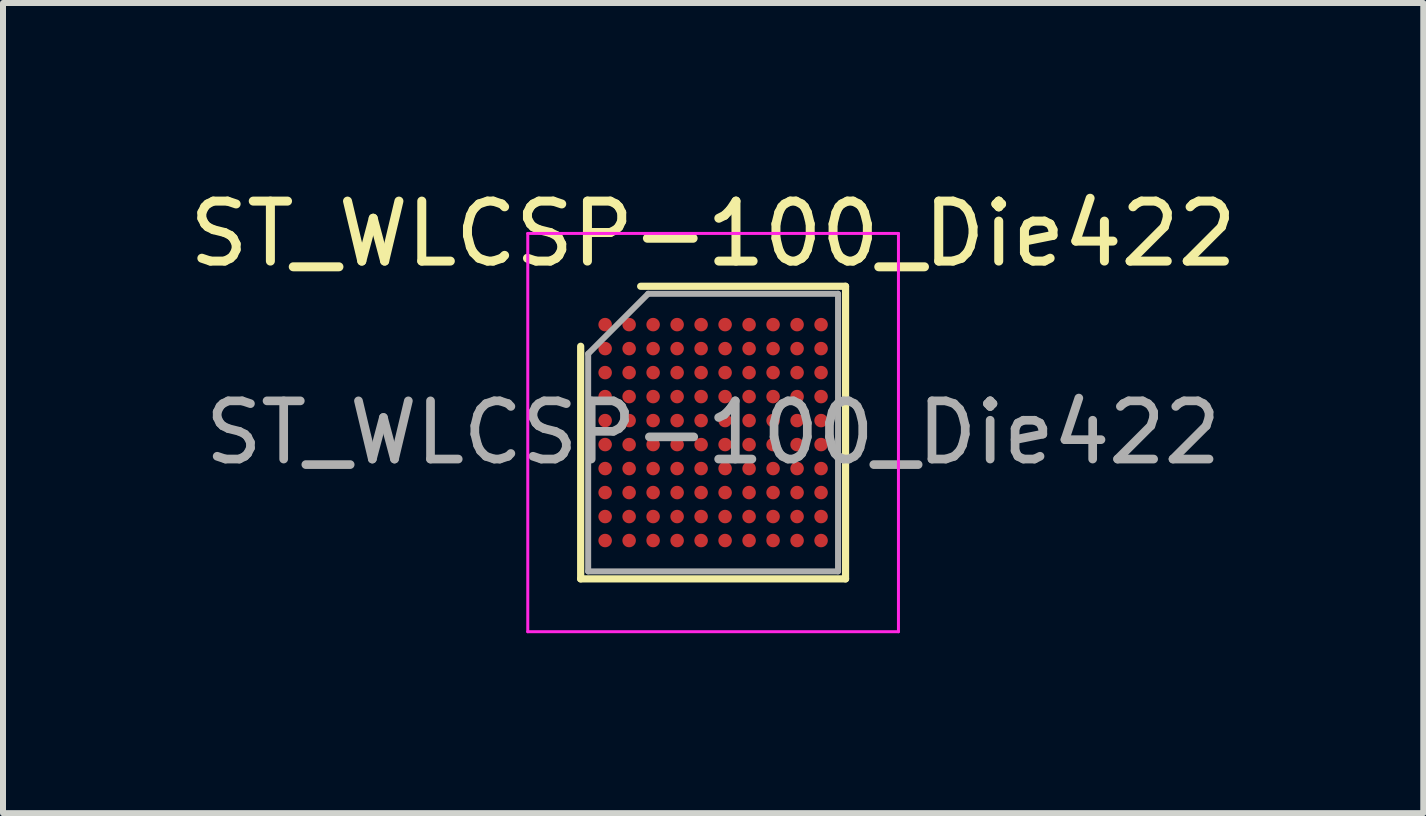
<source format=kicad_pcb>
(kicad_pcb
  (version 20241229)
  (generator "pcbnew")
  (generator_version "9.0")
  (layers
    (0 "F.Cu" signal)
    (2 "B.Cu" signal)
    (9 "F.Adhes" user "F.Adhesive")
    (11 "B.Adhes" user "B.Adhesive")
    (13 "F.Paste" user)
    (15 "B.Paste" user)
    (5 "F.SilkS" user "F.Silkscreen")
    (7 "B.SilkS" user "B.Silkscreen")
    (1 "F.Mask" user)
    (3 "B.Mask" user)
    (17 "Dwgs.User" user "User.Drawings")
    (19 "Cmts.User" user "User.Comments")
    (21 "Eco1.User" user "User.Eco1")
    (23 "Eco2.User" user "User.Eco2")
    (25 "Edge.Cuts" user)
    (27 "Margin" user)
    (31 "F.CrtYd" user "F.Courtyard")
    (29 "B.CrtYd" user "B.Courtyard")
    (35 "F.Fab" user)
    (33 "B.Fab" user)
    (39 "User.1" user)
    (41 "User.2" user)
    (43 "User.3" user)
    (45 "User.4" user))
  (footprint "ST_WLCSP-100_Die422"
    (layer "F.Cu")
    (at 8.839 4.162)
    (property "Reference" "ST_WLCSP-100_Die422" (at 0 -3.314 0) (layer "F.SilkS") (effects (font (size 1 1) (thickness 0.15))))
    (attr smd)
    (fp_line (start -2.208 2.439) (end -2.208 -1.439) (stroke (width 0.12) (type solid)) (layer "F.SilkS"))
    (fp_line (start -1.208 -2.439) (end 2.208 -2.439) (stroke (width 0.12) (type solid)) (layer "F.SilkS"))
    (fp_line (start 2.208 -2.439) (end 2.208 2.439) (stroke (width 0.12) (type solid)) (layer "F.SilkS"))
    (fp_line (start 2.208 2.439) (end -2.208 2.439) (stroke (width 0.12) (type solid)) (layer "F.SilkS"))
    (fp_line (start -3.09 -3.32) (end -3.09 3.32) (stroke (width 0.05) (type solid)) (layer "F.CrtYd"))
    (fp_line (start -3.09 3.32) (end 3.09 3.32) (stroke (width 0.05) (type solid)) (layer "F.CrtYd"))
    (fp_line (start 3.09 -3.32) (end -3.09 -3.32) (stroke (width 0.05) (type solid)) (layer "F.CrtYd"))
    (fp_line (start 3.09 3.32) (end 3.09 -3.32) (stroke (width 0.05) (type solid)) (layer "F.CrtYd"))
    (fp_line (start -2.083 -1.314) (end -1.083 -2.314) (stroke (width 0.1) (type solid)) (layer "F.Fab"))
    (fp_line (start -2.083 2.314) (end -2.083 -1.314) (stroke (width 0.1) (type solid)) (layer "F.Fab"))
    (fp_line (start -1.083 -2.314) (end 2.083 -2.314) (stroke (width 0.1) (type solid)) (layer "F.Fab"))
    (fp_line (start 2.083 -2.314) (end 2.083 2.314) (stroke (width 0.1) (type solid)) (layer "F.Fab"))
    (fp_line (start 2.083 2.314) (end -2.083 2.314) (stroke (width 0.1) (type solid)) (layer "F.Fab"))
    (fp_text user "${REFERENCE}" (at 0 0 0) (layer "F.Fab") (effects (font (size 0.97 0.97) (thickness 0.145))))
    (pad "A1" smd circle (at -1.8 -1.8) (size 0.225 0.225) (layers "F.Cu" "F.Mask" "F.Paste"))
    (pad "A2" smd circle (at -1.4 -1.8) (size 0.225 0.225) (layers "F.Cu" "F.Mask" "F.Paste"))
    (pad "A3" smd circle (at -1 -1.8) (size 0.225 0.225) (layers "F.Cu" "F.Mask" "F.Paste"))
    (pad "A4" smd circle (at -0.6 -1.8) (size 0.225 0.225) (layers "F.Cu" "F.Mask" "F.Paste"))
    (pad "A5" smd circle (at -0.2 -1.8) (size 0.225 0.225) (layers "F.Cu" "F.Mask" "F.Paste"))
    (pad "A6" smd circle (at 0.2 -1.8) (size 0.225 0.225) (layers "F.Cu" "F.Mask" "F.Paste"))
    (pad "A7" smd circle (at 0.6 -1.8) (size 0.225 0.225) (layers "F.Cu" "F.Mask" "F.Paste"))
    (pad "A8" smd circle (at 1 -1.8) (size 0.225 0.225) (layers "F.Cu" "F.Mask" "F.Paste"))
    (pad "A9" smd circle (at 1.4 -1.8) (size 0.225 0.225) (layers "F.Cu" "F.Mask" "F.Paste"))
    (pad "A10" smd circle (at 1.8 -1.8) (size 0.225 0.225) (layers "F.Cu" "F.Mask" "F.Paste"))
    (pad "B1" smd circle (at -1.8 -1.4) (size 0.225 0.225) (layers "F.Cu" "F.Mask" "F.Paste"))
    (pad "B2" smd circle (at -1.4 -1.4) (size 0.225 0.225) (layers "F.Cu" "F.Mask" "F.Paste"))
    (pad "B3" smd circle (at -1 -1.4) (size 0.225 0.225) (layers "F.Cu" "F.Mask" "F.Paste"))
    (pad "B4" smd circle (at -0.6 -1.4) (size 0.225 0.225) (layers "F.Cu" "F.Mask" "F.Paste"))
    (pad "B5" smd circle (at -0.2 -1.4) (size 0.225 0.225) (layers "F.Cu" "F.Mask" "F.Paste"))
    (pad "B6" smd circle (at 0.2 -1.4) (size 0.225 0.225) (layers "F.Cu" "F.Mask" "F.Paste"))
    (pad "B7" smd circle (at 0.6 -1.4) (size 0.225 0.225) (layers "F.Cu" "F.Mask" "F.Paste"))
    (pad "B8" smd circle (at 1 -1.4) (size 0.225 0.225) (layers "F.Cu" "F.Mask" "F.Paste"))
    (pad "B9" smd circle (at 1.4 -1.4) (size 0.225 0.225) (layers "F.Cu" "F.Mask" "F.Paste"))
    (pad "B10" smd circle (at 1.8 -1.4) (size 0.225 0.225) (layers "F.Cu" "F.Mask" "F.Paste"))
    (pad "C1" smd circle (at -1.8 -1) (size 0.225 0.225) (layers "F.Cu" "F.Mask" "F.Paste"))
    (pad "C2" smd circle (at -1.4 -1) (size 0.225 0.225) (layers "F.Cu" "F.Mask" "F.Paste"))
    (pad "C3" smd circle (at -1 -1) (size 0.225 0.225) (layers "F.Cu" "F.Mask" "F.Paste"))
    (pad "C4" smd circle (at -0.6 -1) (size 0.225 0.225) (layers "F.Cu" "F.Mask" "F.Paste"))
    (pad "C5" smd circle (at -0.2 -1) (size 0.225 0.225) (layers "F.Cu" "F.Mask" "F.Paste"))
    (pad "C6" smd circle (at 0.2 -1) (size 0.225 0.225) (layers "F.Cu" "F.Mask" "F.Paste"))
    (pad "C7" smd circle (at 0.6 -1) (size 0.225 0.225) (layers "F.Cu" "F.Mask" "F.Paste"))
    (pad "C8" smd circle (at 1 -1) (size 0.225 0.225) (layers "F.Cu" "F.Mask" "F.Paste"))
    (pad "C9" smd circle (at 1.4 -1) (size 0.225 0.225) (layers "F.Cu" "F.Mask" "F.Paste"))
    (pad "C10" smd circle (at 1.8 -1) (size 0.225 0.225) (layers "F.Cu" "F.Mask" "F.Paste"))
    (pad "D1" smd circle (at -1.8 -0.6) (size 0.225 0.225) (layers "F.Cu" "F.Mask" "F.Paste"))
    (pad "D2" smd circle (at -1.4 -0.6) (size 0.225 0.225) (layers "F.Cu" "F.Mask" "F.Paste"))
    (pad "D3" smd circle (at -1 -0.6) (size 0.225 0.225) (layers "F.Cu" "F.Mask" "F.Paste"))
    (pad "D4" smd circle (at -0.6 -0.6) (size 0.225 0.225) (layers "F.Cu" "F.Mask" "F.Paste"))
    (pad "D5" smd circle (at -0.2 -0.6) (size 0.225 0.225) (layers "F.Cu" "F.Mask" "F.Paste"))
    (pad "D6" smd circle (at 0.2 -0.6) (size 0.225 0.225) (layers "F.Cu" "F.Mask" "F.Paste"))
    (pad "D7" smd circle (at 0.6 -0.6) (size 0.225 0.225) (layers "F.Cu" "F.Mask" "F.Paste"))
    (pad "D8" smd circle (at 1 -0.6) (size 0.225 0.225) (layers "F.Cu" "F.Mask" "F.Paste"))
    (pad "D9" smd circle (at 1.4 -0.6) (size 0.225 0.225) (layers "F.Cu" "F.Mask" "F.Paste"))
    (pad "D10" smd circle (at 1.8 -0.6) (size 0.225 0.225) (layers "F.Cu" "F.Mask" "F.Paste"))
    (pad "E1" smd circle (at -1.8 -0.2) (size 0.225 0.225) (layers "F.Cu" "F.Mask" "F.Paste"))
    (pad "E2" smd circle (at -1.4 -0.2) (size 0.225 0.225) (layers "F.Cu" "F.Mask" "F.Paste"))
    (pad "E3" smd circle (at -1 -0.2) (size 0.225 0.225) (layers "F.Cu" "F.Mask" "F.Paste"))
    (pad "E4" smd circle (at -0.6 -0.2) (size 0.225 0.225) (layers "F.Cu" "F.Mask" "F.Paste"))
    (pad "E5" smd circle (at -0.2 -0.2) (size 0.225 0.225) (layers "F.Cu" "F.Mask" "F.Paste"))
    (pad "E6" smd circle (at 0.2 -0.2) (size 0.225 0.225) (layers "F.Cu" "F.Mask" "F.Paste"))
    (pad "E7" smd circle (at 0.6 -0.2) (size 0.225 0.225) (layers "F.Cu" "F.Mask" "F.Paste"))
    (pad "E8" smd circle (at 1 -0.2) (size 0.225 0.225) (layers "F.Cu" "F.Mask" "F.Paste"))
    (pad "E9" smd circle (at 1.4 -0.2) (size 0.225 0.225) (layers "F.Cu" "F.Mask" "F.Paste"))
    (pad "E10" smd circle (at 1.8 -0.2) (size 0.225 0.225) (layers "F.Cu" "F.Mask" "F.Paste"))
    (pad "F1" smd circle (at -1.8 0.2) (size 0.225 0.225) (layers "F.Cu" "F.Mask" "F.Paste"))
    (pad "F2" smd circle (at -1.4 0.2) (size 0.225 0.225) (layers "F.Cu" "F.Mask" "F.Paste"))
    (pad "F3" smd circle (at -1 0.2) (size 0.225 0.225) (layers "F.Cu" "F.Mask" "F.Paste"))
    (pad "F4" smd circle (at -0.6 0.2) (size 0.225 0.225) (layers "F.Cu" "F.Mask" "F.Paste"))
    (pad "F5" smd circle (at -0.2 0.2) (size 0.225 0.225) (layers "F.Cu" "F.Mask" "F.Paste"))
    (pad "F6" smd circle (at 0.2 0.2) (size 0.225 0.225) (layers "F.Cu" "F.Mask" "F.Paste"))
    (pad "F7" smd circle (at 0.6 0.2) (size 0.225 0.225) (layers "F.Cu" "F.Mask" "F.Paste"))
    (pad "F8" smd circle (at 1 0.2) (size 0.225 0.225) (layers "F.Cu" "F.Mask" "F.Paste"))
    (pad "F9" smd circle (at 1.4 0.2) (size 0.225 0.225) (layers "F.Cu" "F.Mask" "F.Paste"))
    (pad "F10" smd circle (at 1.8 0.2) (size 0.225 0.225) (layers "F.Cu" "F.Mask" "F.Paste"))
    (pad "G1" smd circle (at -1.8 0.6) (size 0.225 0.225) (layers "F.Cu" "F.Mask" "F.Paste"))
    (pad "G2" smd circle (at -1.4 0.6) (size 0.225 0.225) (layers "F.Cu" "F.Mask" "F.Paste"))
    (pad "G3" smd circle (at -1 0.6) (size 0.225 0.225) (layers "F.Cu" "F.Mask" "F.Paste"))
    (pad "G4" smd circle (at -0.6 0.6) (size 0.225 0.225) (layers "F.Cu" "F.Mask" "F.Paste"))
    (pad "G5" smd circle (at -0.2 0.6) (size 0.225 0.225) (layers "F.Cu" "F.Mask" "F.Paste"))
    (pad "G6" smd circle (at 0.2 0.6) (size 0.225 0.225) (layers "F.Cu" "F.Mask" "F.Paste"))
    (pad "G7" smd circle (at 0.6 0.6) (size 0.225 0.225) (layers "F.Cu" "F.Mask" "F.Paste"))
    (pad "G8" smd circle (at 1 0.6) (size 0.225 0.225) (layers "F.Cu" "F.Mask" "F.Paste"))
    (pad "G9" smd circle (at 1.4 0.6) (size 0.225 0.225) (layers "F.Cu" "F.Mask" "F.Paste"))
    (pad "G10" smd circle (at 1.8 0.6) (size 0.225 0.225) (layers "F.Cu" "F.Mask" "F.Paste"))
    (pad "H1" smd circle (at -1.8 1) (size 0.225 0.225) (layers "F.Cu" "F.Mask" "F.Paste"))
    (pad "H2" smd circle (at -1.4 1) (size 0.225 0.225) (layers "F.Cu" "F.Mask" "F.Paste"))
    (pad "H3" smd circle (at -1 1) (size 0.225 0.225) (layers "F.Cu" "F.Mask" "F.Paste"))
    (pad "H4" smd circle (at -0.6 1) (size 0.225 0.225) (layers "F.Cu" "F.Mask" "F.Paste"))
    (pad "H5" smd circle (at -0.2 1) (size 0.225 0.225) (layers "F.Cu" "F.Mask" "F.Paste"))
    (pad "H6" smd circle (at 0.2 1) (size 0.225 0.225) (layers "F.Cu" "F.Mask" "F.Paste"))
    (pad "H7" smd circle (at 0.6 1) (size 0.225 0.225) (layers "F.Cu" "F.Mask" "F.Paste"))
    (pad "H8" smd circle (at 1 1) (size 0.225 0.225) (layers "F.Cu" "F.Mask" "F.Paste"))
    (pad "H9" smd circle (at 1.4 1) (size 0.225 0.225) (layers "F.Cu" "F.Mask" "F.Paste"))
    (pad "H10" smd circle (at 1.8 1) (size 0.225 0.225) (layers "F.Cu" "F.Mask" "F.Paste"))
    (pad "J1" smd circle (at -1.8 1.4) (size 0.225 0.225) (layers "F.Cu" "F.Mask" "F.Paste"))
    (pad "J2" smd circle (at -1.4 1.4) (size 0.225 0.225) (layers "F.Cu" "F.Mask" "F.Paste"))
    (pad "J3" smd circle (at -1 1.4) (size 0.225 0.225) (layers "F.Cu" "F.Mask" "F.Paste"))
    (pad "J4" smd circle (at -0.6 1.4) (size 0.225 0.225) (layers "F.Cu" "F.Mask" "F.Paste"))
    (pad "J5" smd circle (at -0.2 1.4) (size 0.225 0.225) (layers "F.Cu" "F.Mask" "F.Paste"))
    (pad "J6" smd circle (at 0.2 1.4) (size 0.225 0.225) (layers "F.Cu" "F.Mask" "F.Paste"))
    (pad "J7" smd circle (at 0.6 1.4) (size 0.225 0.225) (layers "F.Cu" "F.Mask" "F.Paste"))
    (pad "J8" smd circle (at 1 1.4) (size 0.225 0.225) (layers "F.Cu" "F.Mask" "F.Paste"))
    (pad "J9" smd circle (at 1.4 1.4) (size 0.225 0.225) (layers "F.Cu" "F.Mask" "F.Paste"))
    (pad "J10" smd circle (at 1.8 1.4) (size 0.225 0.225) (layers "F.Cu" "F.Mask" "F.Paste"))
    (pad "K1" smd circle (at -1.8 1.8) (size 0.225 0.225) (layers "F.Cu" "F.Mask" "F.Paste"))
    (pad "K2" smd circle (at -1.4 1.8) (size 0.225 0.225) (layers "F.Cu" "F.Mask" "F.Paste"))
    (pad "K3" smd circle (at -1 1.8) (size 0.225 0.225) (layers "F.Cu" "F.Mask" "F.Paste"))
    (pad "K4" smd circle (at -0.6 1.8) (size 0.225 0.225) (layers "F.Cu" "F.Mask" "F.Paste"))
    (pad "K5" smd circle (at -0.2 1.8) (size 0.225 0.225) (layers "F.Cu" "F.Mask" "F.Paste"))
    (pad "K6" smd circle (at 0.2 1.8) (size 0.225 0.225) (layers "F.Cu" "F.Mask" "F.Paste"))
    (pad "K7" smd circle (at 0.6 1.8) (size 0.225 0.225) (layers "F.Cu" "F.Mask" "F.Paste"))
    (pad "K8" smd circle (at 1 1.8) (size 0.225 0.225) (layers "F.Cu" "F.Mask" "F.Paste"))
    (pad "K9" smd circle (at 1.4 1.8) (size 0.225 0.225) (layers "F.Cu" "F.Mask" "F.Paste"))
    (pad "K10" smd circle (at 1.8 1.8) (size 0.225 0.225) (layers "F.Cu" "F.Mask" "F.Paste")))
  (gr_rect
    (start -3 -3)
    (end 20.679 10.507)
    (stroke (width 0.1) (type default))
    (fill no)
    (layer "Edge.Cuts")))
</source>
